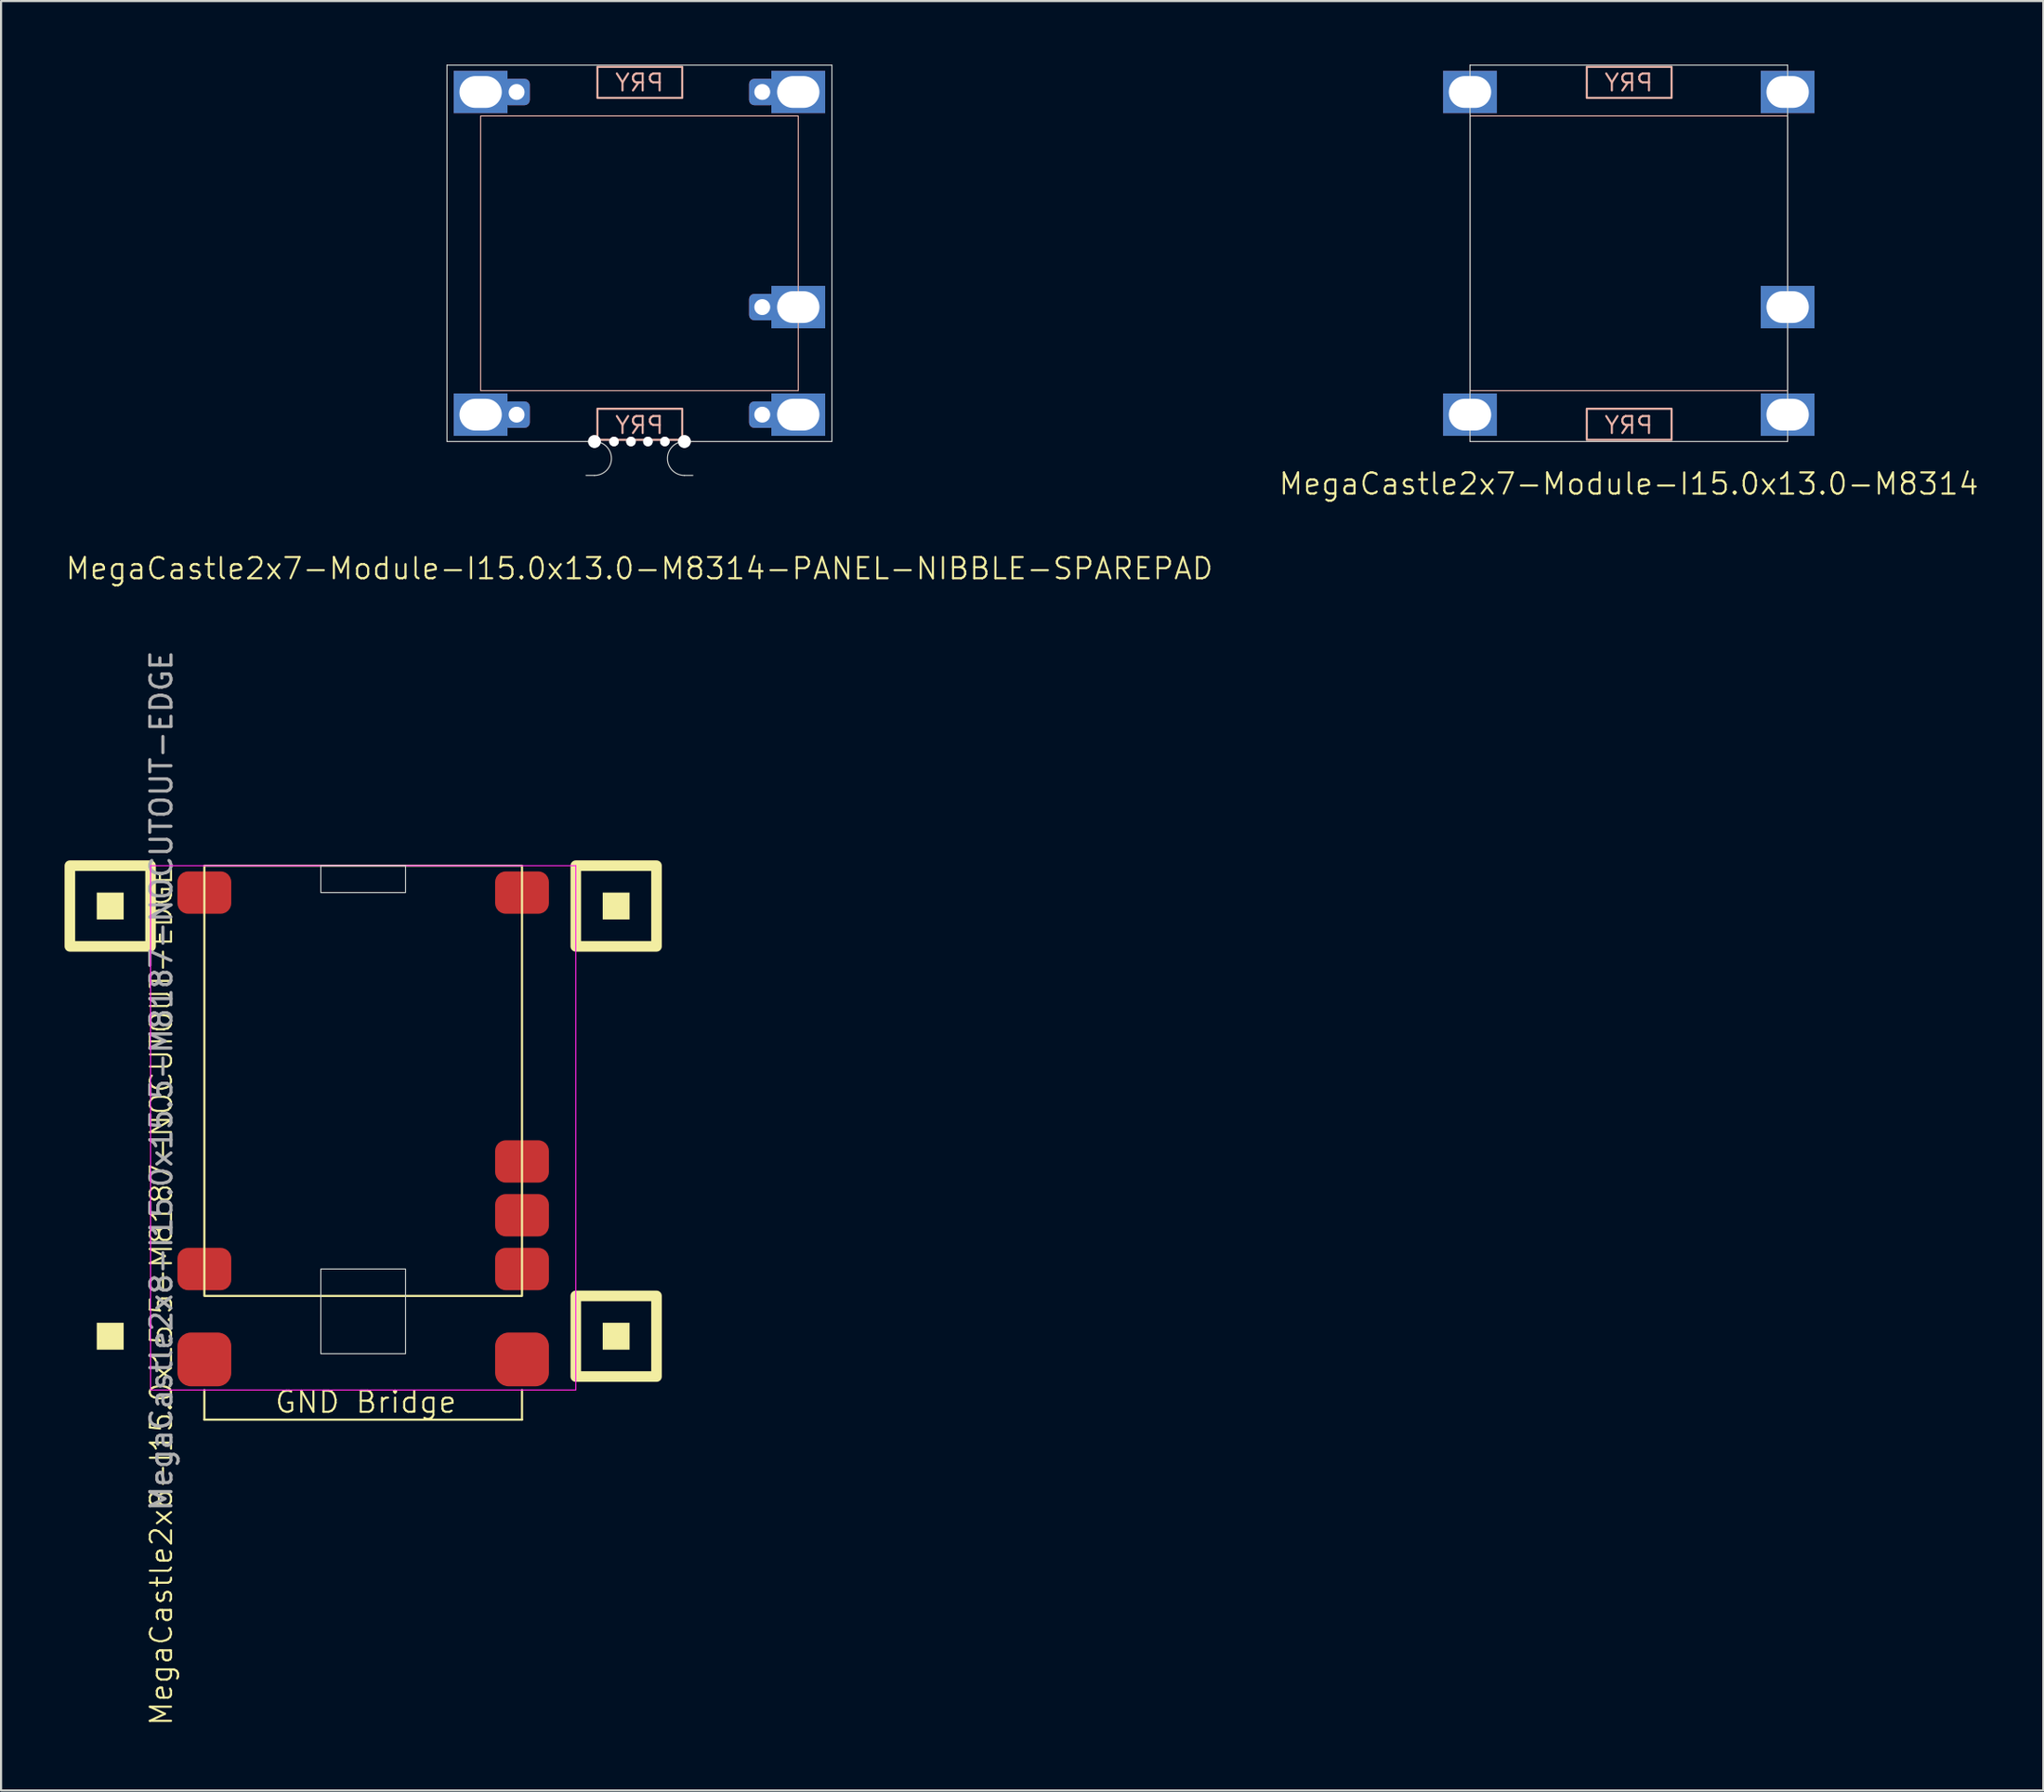
<source format=kicad_pcb>
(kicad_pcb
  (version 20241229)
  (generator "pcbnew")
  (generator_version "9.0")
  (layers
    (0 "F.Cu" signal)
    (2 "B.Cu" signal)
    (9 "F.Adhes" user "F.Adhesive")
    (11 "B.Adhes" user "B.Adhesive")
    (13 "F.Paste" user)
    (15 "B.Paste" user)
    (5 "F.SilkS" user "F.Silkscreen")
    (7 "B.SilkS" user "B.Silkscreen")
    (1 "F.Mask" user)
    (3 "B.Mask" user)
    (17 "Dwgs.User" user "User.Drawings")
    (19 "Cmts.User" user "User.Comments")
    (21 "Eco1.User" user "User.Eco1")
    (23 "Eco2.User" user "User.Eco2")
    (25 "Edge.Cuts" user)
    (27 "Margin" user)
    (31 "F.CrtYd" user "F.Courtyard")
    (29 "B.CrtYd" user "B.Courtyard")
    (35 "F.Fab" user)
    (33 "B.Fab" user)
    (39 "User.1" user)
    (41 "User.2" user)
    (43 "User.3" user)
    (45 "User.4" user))
  (footprint "MegaCastle2x7-Module-I15.0x13.0-M8314"
    (layer "F.Cu")
    (at 73.864 8.915)
    (property "Reference" "MegaCastle2x7-Module-I15.0x13.0-M8314" (at 0 10.89 0) (unlocked yes) (layer "F.SilkS") (effects (font (size 1 1) (thickness 0.1))))
    (attr smd)
    (fp_rect (start -7.5 6.49) (end 7.5 -6.49) (stroke (width 0.05) (type default)) (fill no) (layer "B.SilkS"))
    (fp_rect (start -1.984 -7.341) (end 2.02 -8.81) (stroke (width 0.1) (type default)) (fill no) (layer "B.SilkS"))
    (fp_rect (start -1.984 7.341) (end 2.02 8.81) (stroke (width 0.1) (type default)) (fill no) (layer "B.SilkS"))
    (fp_line (start -7.5 -8.89) (end -7.5 8.89) (stroke (width 0.05) (type default)) (layer "Edge.Cuts"))
    (fp_line (start -7.5 -8.89) (end 7.5 -8.89) (stroke (width 0.05) (type default)) (layer "Edge.Cuts"))
    (fp_line (start -7.5 8.89) (end 7.5 8.89) (stroke (width 0.05) (type default)) (layer "Edge.Cuts"))
    (fp_line (start 7.5 -8.89) (end 7.5 8.89) (stroke (width 0.05) (type default)) (layer "Edge.Cuts"))
    (fp_text user "PRY" (at 0 8.59 0) (unlocked yes) (layer "B.SilkS") (effects (font (size 0.8 0.8) (thickness 0.1)) (justify bottom mirror)))
    (fp_text user "PRY" (at 0 -7.59 0) (unlocked yes) (layer "B.SilkS") (effects (font (size 0.8 0.8) (thickness 0.1)) (justify bottom mirror)))
    (pad "1" thru_hole rect (at -7.5 -7.62) (size 2.54 2) (drill oval 2 1.5) (property pad_prop_castellated) (layers "*.Cu" "*.Mask"))
    (pad "7" thru_hole rect (at -7.5 7.62) (size 2.54 2) (drill oval 2 1.5) (property pad_prop_castellated) (layers "*.Cu" "*.Mask"))
    (pad "8" thru_hole rect (at 7.5 -7.62) (size 2.54 2) (drill oval 2 1.5) (property pad_prop_castellated) (layers "*.Cu" "*.Mask"))
    (pad "12" thru_hole rect (at 7.5 2.54) (size 2.54 2) (drill oval 2 1.5) (property pad_prop_castellated) (layers "*.Cu" "*.Mask"))
    (pad "14" thru_hole rect (at 7.5 7.62) (size 2.54 2) (drill oval 2 1.5) (property pad_prop_castellated) (layers "*.Cu" "*.Mask"))
    (zone (net_name "") (layer "B.Cu") (hatch edge 0.5) (connect_pads) (min_thickness 0.25) (filled_areas_thickness no) (keepout (tracks allowed) (vias allowed) (pads allowed) (copperpour allowed) (footprints not_allowed)) (placement (enabled no)) (fill) (polygon (pts (xy 66.364 17.805) (xy 66.364 0.025))))
    (zone (net_name "") (layer "B.Cu") (hatch edge 0.5) (connect_pads) (min_thickness 0.25) (filled_areas_thickness no) (keepout (tracks allowed) (vias allowed) (pads allowed) (copperpour allowed) (footprints not_allowed)) (placement (enabled no)) (fill) (polygon (pts (xy 81.364 17.805) (xy 81.364 0.025))))
    (zone (net_name "") (layer "B.Cu") (hatch edge 0.5) (connect_pads) (min_thickness 0.25) (filled_areas_thickness no) (keepout (tracks allowed) (vias allowed) (pads allowed) (copperpour allowed) (footprints not_allowed)) (placement (enabled no)) (fill) (polygon (pts (xy 66.364 0.025) (xy 66.364 2.425) (xy 81.364 2.425) (xy 81.364 0.025))))
    (zone (net_name "") (layer "B.Cu") (hatch edge 0.5) (connect_pads) (min_thickness 0.25) (filled_areas_thickness no) (keepout (tracks allowed) (vias allowed) (pads allowed) (copperpour allowed) (footprints not_allowed)) (placement (enabled no)) (fill) (polygon (pts (xy 66.364 17.805) (xy 66.364 15.405) (xy 81.364 15.405) (xy 81.364 17.805))))
    (zone (net_name "") (layer "B.Cu") (name "Upper Pry Zone") (hatch edge 0.5) (connect_pads) (min_thickness 0.25) (filled_areas_thickness no) (keepout (tracks not_allowed) (vias not_allowed) (pads not_allowed) (copperpour allowed) (footprints not_allowed)) (placement (enabled no)) (fill) (polygon (pts (xy 71.88 1.574) (xy 71.88 0.105) (xy 75.884 0.105) (xy 75.884 1.574))))
    (zone (net_name "") (layer "B.Cu") (name "Upper Pry Zone") (hatch edge 0.5) (connect_pads) (min_thickness 0.25) (filled_areas_thickness no) (keepout (tracks not_allowed) (vias not_allowed) (pads not_allowed) (copperpour allowed) (footprints not_allowed)) (placement (enabled no)) (fill) (polygon (pts (xy 71.88 16.256) (xy 71.88 17.725) (xy 75.884 17.725) (xy 75.884 16.256)))))
  (footprint "MegaCastle2x7-Module-I15.0x13.0-M8314-PANEL-NIBBLE-SPAREPAD"
    (layer "F.Cu")
    (at 27.145 8.915)
    (property "Reference" "MegaCastle2x7-Module-I15.0x13.0-M8314-PANEL-NIBBLE-SPAREPAD" (at 0 14.89 0) (unlocked yes) (layer "F.SilkS") (effects (font (size 1 1) (thickness 0.1))))
    (attr smd)
    (fp_rect (start -7.5 6.49) (end 7.5 -6.49) (stroke (width 0.05) (type default)) (fill no) (layer "B.SilkS"))
    (fp_rect (start -1.984 -7.341) (end 2.02 -8.81) (stroke (width 0.1) (type default)) (fill no) (layer "B.SilkS"))
    (fp_rect (start -1.984 7.341) (end 2.02 8.81) (stroke (width 0.1) (type default)) (fill no) (layer "B.SilkS"))
    (fp_line (start -9.088 -8.89) (end -9.088 8.89) (stroke (width 0.05) (type default)) (layer "Edge.Cuts"))
    (fp_line (start -9.088 -8.89) (end 9.088 -8.89) (stroke (width 0.05) (type default)) (layer "Edge.Cuts"))
    (fp_line (start -9.088 8.89) (end -2.522 8.89) (stroke (width 0.05) (type default)) (layer "Edge.Cuts"))
    (fp_line (start -2.522 8.89) (end -2.123 8.89) (stroke (width 0.05) (type default)) (layer "Edge.Cuts"))
    (fp_line (start -2.522 10.49) (end -2.123 10.49) (stroke (width 0.05) (type default)) (layer "Edge.Cuts"))
    (fp_line (start 2.522 8.89) (end 2.123 8.89) (stroke (width 0.05) (type default)) (layer "Edge.Cuts"))
    (fp_line (start 2.522 8.89) (end 9.088 8.89) (stroke (width 0.05) (type default)) (layer "Edge.Cuts"))
    (fp_line (start 2.522 10.49) (end 2.123 10.49) (stroke (width 0.05) (type default)) (layer "Edge.Cuts"))
    (fp_line (start 9.088 -8.89) (end 9.088 8.89) (stroke (width 0.05) (type default)) (layer "Edge.Cuts"))
    (fp_arc (start -2.1225 8.89) (mid -1.3225 9.69) (end -2.1225 10.49) (stroke (width 0.05) (type default)) (layer "Edge.Cuts"))
    (fp_arc (start 2.1225 10.49) (mid 1.3225 9.69) (end 2.1225 8.89) (stroke (width 0.05) (type default)) (layer "Edge.Cuts"))
    (fp_text user "PRY" (at 0 8.59 0) (unlocked yes) (layer "B.SilkS") (effects (font (size 0.8 0.8) (thickness 0.1)) (justify bottom mirror)))
    (fp_text user "PRY" (at 0 -7.59 0) (unlocked yes) (layer "B.SilkS") (effects (font (size 0.8 0.8) (thickness 0.1)) (justify bottom mirror)))
    (pad "" np_thru_hole circle (at -2.123 8.89) (size 0.6 0.6) (drill 0.6) (layers "*.Cu" "Edge.Cuts"))
    (pad "" np_thru_hole circle (at -1.2 8.89) (size 0.45 0.45) (drill 0.45) (layers "*.Cu" "Edge.Cuts"))
    (pad "" np_thru_hole circle (at -0.4 8.89) (size 0.45 0.45) (drill 0.45) (layers "*.Cu" "Edge.Cuts"))
    (pad "" np_thru_hole circle (at 0.4 8.89) (size 0.45 0.45) (drill 0.45) (layers "*.Cu" "Edge.Cuts"))
    (pad "" np_thru_hole circle (at 1.2 8.89) (size 0.45 0.45) (drill 0.45) (layers "*.Cu" "Edge.Cuts"))
    (pad "" np_thru_hole circle (at 2.123 8.89) (size 0.6 0.6) (drill 0.6) (layers "*.Cu" "Edge.Cuts"))
    (pad "1" thru_hole rect (at -7.5 -7.62) (size 2.54 2) (drill oval 2 1.5) (property pad_prop_castellated) (layers "*.Cu" "*.Mask"))
    (pad "1" thru_hole roundrect (at -5.8 -7.62 180) (size 1.25 1.25) (drill 0.75) (layers "*.Cu" "*.Mask") (roundrect_rratio 0.2))
    (pad "7" thru_hole rect (at -7.5 7.62) (size 2.54 2) (drill oval 2 1.5) (property pad_prop_castellated) (layers "*.Cu" "*.Mask"))
    (pad "7" thru_hole roundrect (at -5.8 7.62 180) (size 1.25 1.25) (drill 0.75) (layers "*.Cu" "*.Mask") (roundrect_rratio 0.2))
    (pad "8" thru_hole roundrect (at 5.8 -7.62 180) (size 1.25 1.25) (drill 0.75) (layers "*.Cu" "*.Mask") (roundrect_rratio 0.2))
    (pad "8" thru_hole rect (at 7.5 -7.62) (size 2.54 2) (drill oval 2 1.5) (property pad_prop_castellated) (layers "*.Cu" "*.Mask"))
    (pad "12" thru_hole roundrect (at 5.8 2.54 180) (size 1.25 1.25) (drill 0.75) (layers "*.Cu" "*.Mask") (roundrect_rratio 0.2))
    (pad "12" thru_hole rect (at 7.5 2.54) (size 2.54 2) (drill oval 2 1.5) (property pad_prop_castellated) (layers "*.Cu" "*.Mask"))
    (pad "14" thru_hole roundrect (at 5.8 7.62 180) (size 1.25 1.25) (drill 0.75) (layers "*.Cu" "*.Mask") (roundrect_rratio 0.2))
    (pad "14" thru_hole rect (at 7.5 7.62) (size 2.54 2) (drill oval 2 1.5) (property pad_prop_castellated) (layers "*.Cu" "*.Mask"))
    (zone (net_name "") (layer "B.Cu") (hatch edge 0.5) (connect_pads) (min_thickness 0.25) (filled_areas_thickness no) (keepout (tracks allowed) (vias allowed) (pads allowed) (copperpour allowed) (footprints not_allowed)) (placement (enabled no)) (fill) (polygon (pts (xy 19.645 17.805) (xy 19.645 0.025))))
    (zone (net_name "") (layer "B.Cu") (hatch edge 0.5) (connect_pads) (min_thickness 0.25) (filled_areas_thickness no) (keepout (tracks allowed) (vias allowed) (pads allowed) (copperpour allowed) (footprints not_allowed)) (placement (enabled no)) (fill) (polygon (pts (xy 34.645 17.805) (xy 34.645 0.025))))
    (zone (net_name "") (layer "B.Cu") (hatch edge 0.5) (connect_pads) (min_thickness 0.25) (filled_areas_thickness no) (keepout (tracks allowed) (vias allowed) (pads allowed) (copperpour allowed) (footprints not_allowed)) (placement (enabled no)) (fill) (polygon (pts (xy 19.645 0.025) (xy 19.645 2.425) (xy 34.645 2.425) (xy 34.645 0.025))))
    (zone (net_name "") (layer "B.Cu") (hatch edge 0.5) (connect_pads) (min_thickness 0.25) (filled_areas_thickness no) (keepout (tracks allowed) (vias allowed) (pads allowed) (copperpour allowed) (footprints not_allowed)) (placement (enabled no)) (fill) (polygon (pts (xy 19.645 17.805) (xy 19.645 15.405) (xy 34.645 15.405) (xy 34.645 17.805))))
    (zone (net_name "") (layer "B.Cu") (name "Upper Pry Zone") (hatch edge 0.5) (connect_pads) (min_thickness 0.25) (filled_areas_thickness no) (keepout (tracks not_allowed) (vias not_allowed) (pads not_allowed) (copperpour allowed) (footprints not_allowed)) (placement (enabled no)) (fill) (polygon (pts (xy 25.161 1.574) (xy 25.161 0.105) (xy 29.165 0.105) (xy 29.165 1.574))))
    (zone (net_name "") (layer "B.Cu") (name "Upper Pry Zone") (hatch edge 0.5) (connect_pads) (min_thickness 0.25) (filled_areas_thickness no) (keepout (tracks not_allowed) (vias not_allowed) (pads not_allowed) (copperpour allowed) (footprints not_allowed)) (placement (enabled no)) (fill) (polygon (pts (xy 25.161 16.256) (xy 25.161 17.725) (xy 29.165 17.725) (xy 29.165 16.256)))))
  (footprint "MegaCastle2x8-I15.0x15.5-M8187-NOCUTOUT-EDGE"
    (layer "F.Cu")
    (at 14.1 48)
    (property "Reference" "MegaCastle2x8-I15.0x15.5-M8187-NOCUTOUT-EDGE" (at -9.532 10.16 90) (unlocked yes) (layer "F.SilkS") (effects (font (size 1 1) (thickness 0.1))))
    (attr smd)
    (fp_line (start -7.5 14.605) (end -7.5 16.005) (stroke (width 0.1) (type default)) (layer "F.SilkS"))
    (fp_line (start -7.5 16.005) (end 7.5 16.005) (stroke (width 0.1) (type default)) (layer "F.SilkS"))
    (fp_line (start 7.5 14.605) (end 7.5 16.005) (stroke (width 0.1) (type default)) (layer "F.SilkS"))
    (fp_rect (start -11.31 -7.62) (end -12.58 -8.89) (stroke (width 0) (type solid)) (fill yes) (layer "F.SilkS"))
    (fp_rect (start -11.31 12.7) (end -12.58 11.43) (stroke (width 0) (type solid)) (fill yes) (layer "F.SilkS"))
    (fp_rect (start -10.04 -6.35) (end -13.85 -10.16) (stroke (width 0.5) (type default)) (fill no) (layer "F.SilkS"))
    (fp_rect (start -7.5 -10.16) (end 7.5 10.16) (stroke (width 0.1) (type default)) (fill no) (layer "F.SilkS"))
    (fp_rect (start 12.58 -7.62) (end 11.31 -8.89) (stroke (width 0) (type solid)) (fill yes) (layer "F.SilkS"))
    (fp_rect (start 12.58 12.7) (end 11.31 11.43) (stroke (width 0) (type solid)) (fill yes) (layer "F.SilkS"))
    (fp_rect (start 13.85 -6.35) (end 10.04 -10.16) (stroke (width 0.5) (type default)) (fill no) (layer "F.SilkS"))
    (fp_rect (start 13.85 13.97) (end 10.04 10.16) (stroke (width 0.5) (type default)) (fill no) (layer "F.SilkS"))
    (fp_rect (start -2 -8.89) (end 2 -10.16) (stroke (width 0.05) (type default)) (fill no) (layer "Edge.Cuts"))
    (fp_rect (start -2 8.89) (end 2 12.89) (stroke (width 0.05) (type default)) (fill no) (layer "Edge.Cuts"))
    (fp_line (start -10.04 -10.16) (end -10.04 14.605) (stroke (width 0.05) (type default)) (layer "F.CrtYd"))
    (fp_line (start -10.04 14.605) (end 10.04 14.605) (stroke (width 0.05) (type default)) (layer "F.CrtYd"))
    (fp_line (start 10.04 -10.16) (end -10.04 -10.16) (stroke (width 0.05) (type default)) (layer "F.CrtYd"))
    (fp_line (start 10.04 -10.16) (end 10.04 14.605) (stroke (width 0.05) (type default)) (layer "F.CrtYd"))
    (fp_text user "GND Bridge" (at -4.226 15.76 0) (unlocked yes) (layer "F.SilkS") (effects (font (size 1 1) (thickness 0.1)) (justify left bottom)))
    (fp_text user "${REFERENCE}" (at -9.532 0 90) (unlocked yes) (layer "F.Fab") (effects (font (size 1 1) (thickness 0.15))))
    (pad "1" smd roundrect (at -7.5 -8.89) (size 2.54 2) (layers "F.Cu" "F.Mask" "F.Paste") (roundrect_rratio 0.25))
    (pad "8" smd roundrect (at -7.5 8.89) (size 2.54 2) (layers "F.Cu" "F.Mask" "F.Paste") (roundrect_rratio 0.25))
    (pad "9" smd roundrect (at 7.5 -8.89) (size 2.54 2) (layers "F.Cu" "F.Mask" "F.Paste") (roundrect_rratio 0.25))
    (pad "14" smd roundrect (at 7.5 3.81) (size 2.54 2) (layers "F.Cu" "F.Mask" "F.Paste") (roundrect_rratio 0.25))
    (pad "15" smd roundrect (at 7.5 6.35) (size 2.54 2) (layers "F.Cu" "F.Mask" "F.Paste") (roundrect_rratio 0.25))
    (pad "16" smd roundrect (at 7.5 8.89) (size 2.54 2) (layers "F.Cu" "F.Mask" "F.Paste") (roundrect_rratio 0.25))
    (pad "B1" smd roundrect (at -7.5 13.16) (size 2.54 2.54) (layers "F.Cu" "F.Mask" "F.Paste") (roundrect_rratio 0.25))
    (pad "B2" smd roundrect (at 7.5 13.16) (size 2.54 2.54) (layers "F.Cu" "F.Mask" "F.Paste") (roundrect_rratio 0.25)))
  (gr_rect
    (start -3 -3)
    (end 93.438 81.52)
    (stroke (width 0.1) (type default))
    (fill no)
    (layer "Edge.Cuts")))
</source>
